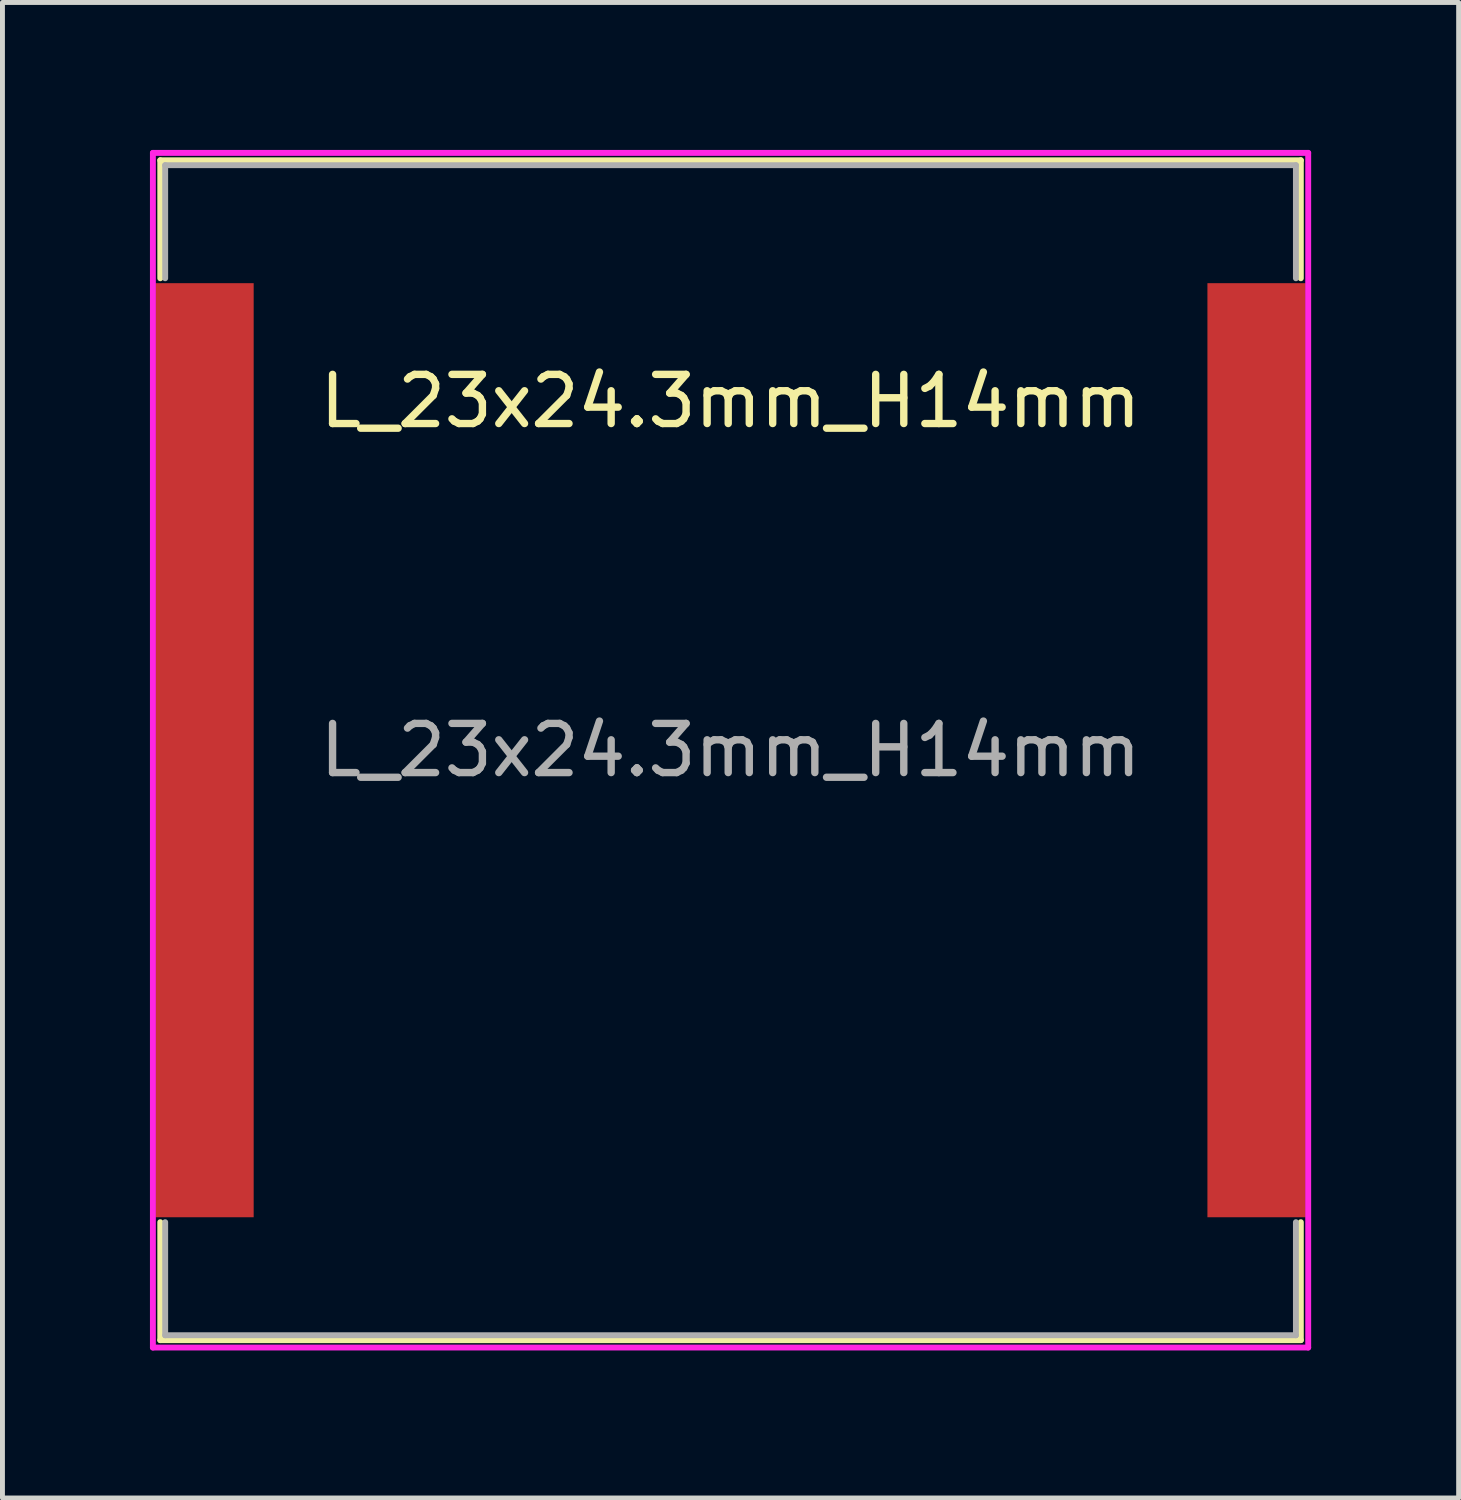
<source format=kicad_pcb>
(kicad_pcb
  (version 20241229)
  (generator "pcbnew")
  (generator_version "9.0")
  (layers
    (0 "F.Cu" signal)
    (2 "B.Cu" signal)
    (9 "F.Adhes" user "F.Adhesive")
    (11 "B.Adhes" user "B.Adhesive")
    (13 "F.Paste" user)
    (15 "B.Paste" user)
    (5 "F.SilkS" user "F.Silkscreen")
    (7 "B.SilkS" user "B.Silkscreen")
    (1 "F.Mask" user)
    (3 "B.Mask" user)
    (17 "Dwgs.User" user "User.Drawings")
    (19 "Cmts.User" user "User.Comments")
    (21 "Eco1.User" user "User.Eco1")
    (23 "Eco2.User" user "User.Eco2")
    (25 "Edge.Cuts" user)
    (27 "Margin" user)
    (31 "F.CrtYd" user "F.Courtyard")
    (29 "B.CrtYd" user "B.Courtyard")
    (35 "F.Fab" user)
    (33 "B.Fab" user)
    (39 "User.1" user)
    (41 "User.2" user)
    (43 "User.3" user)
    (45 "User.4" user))
  (footprint "L_23x24.3mm_H14mm"
    (layer "F.Cu")
    (at 11.81 12.21)
    (property "Reference" "L_23x24.3mm_H14mm" (at 0 -7.1 0) (layer "F.SilkS") (effects (font (size 1 1) (thickness 0.15))))
    (attr smd)
    (fp_line (start -11.6 -12) (end -11.6 -9.6) (stroke (width 0.12) (type solid)) (layer "F.SilkS"))
    (fp_line (start -11.6 9.6) (end -11.6 12) (stroke (width 0.12) (type solid)) (layer "F.SilkS"))
    (fp_line (start -11.6 12) (end 11.6 12) (stroke (width 0.12) (type solid)) (layer "F.SilkS"))
    (fp_line (start 11.6 -12) (end -11.6 -12) (stroke (width 0.12) (type solid)) (layer "F.SilkS"))
    (fp_line (start 11.6 -9.6) (end 11.6 -12) (stroke (width 0.12) (type solid)) (layer "F.SilkS"))
    (fp_line (start 11.6 12) (end 11.6 9.6) (stroke (width 0.12) (type solid)) (layer "F.SilkS"))
    (fp_line (start -11.75 -12.15) (end -11.75 12.15) (stroke (width 0.12) (type solid)) (layer "F.CrtYd"))
    (fp_line (start -11.75 -12.15) (end 11.75 -12.15) (stroke (width 0.12) (type solid)) (layer "F.CrtYd"))
    (fp_line (start 11.75 -12.15) (end 11.75 12.15) (stroke (width 0.12) (type solid)) (layer "F.CrtYd"))
    (fp_line (start 11.75 12.15) (end -11.75 12.15) (stroke (width 0.12) (type solid)) (layer "F.CrtYd"))
    (fp_line (start -11.5 -11.9) (end 11.5 -11.9) (stroke (width 0.12) (type solid)) (layer "F.Fab"))
    (fp_line (start -11.5 -9.6) (end -11.5 -11.9) (stroke (width 0.12) (type solid)) (layer "F.Fab"))
    (fp_line (start -11.5 11.9) (end -11.5 9.6) (stroke (width 0.12) (type solid)) (layer "F.Fab"))
    (fp_line (start 11.5 -11.9) (end 11.5 -9.6) (stroke (width 0.12) (type solid)) (layer "F.Fab"))
    (fp_line (start 11.5 9.6) (end 11.5 11.9) (stroke (width 0.12) (type solid)) (layer "F.Fab"))
    (fp_line (start 11.5 11.9) (end -11.5 11.9) (stroke (width 0.12) (type solid)) (layer "F.Fab"))
    (fp_text user "${REFERENCE}" (at 0 0 0) (layer "F.Fab") (effects (font (size 1 1) (thickness 0.15))))
    (pad "1" smd rect (at -10.7 0) (size 2 19) (layers "F.Cu" "F.Mask" "F.Paste"))
    (pad "2" smd rect (at 10.7 0) (size 2 19) (layers "F.Cu" "F.Mask" "F.Paste")))
  (gr_rect
    (start -3 -3)
    (end 26.62 27.42)
    (stroke (width 0.1) (type default))
    (fill no)
    (layer "Edge.Cuts")))
</source>
